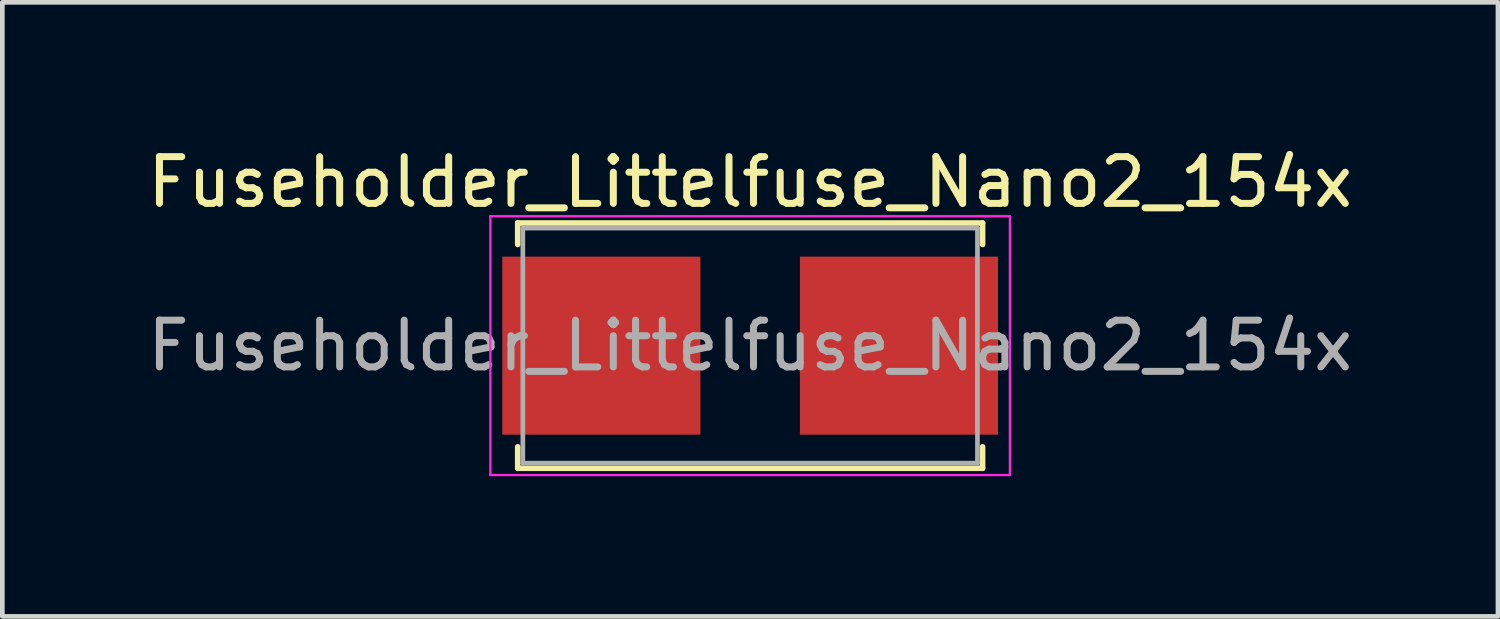
<source format=kicad_pcb>
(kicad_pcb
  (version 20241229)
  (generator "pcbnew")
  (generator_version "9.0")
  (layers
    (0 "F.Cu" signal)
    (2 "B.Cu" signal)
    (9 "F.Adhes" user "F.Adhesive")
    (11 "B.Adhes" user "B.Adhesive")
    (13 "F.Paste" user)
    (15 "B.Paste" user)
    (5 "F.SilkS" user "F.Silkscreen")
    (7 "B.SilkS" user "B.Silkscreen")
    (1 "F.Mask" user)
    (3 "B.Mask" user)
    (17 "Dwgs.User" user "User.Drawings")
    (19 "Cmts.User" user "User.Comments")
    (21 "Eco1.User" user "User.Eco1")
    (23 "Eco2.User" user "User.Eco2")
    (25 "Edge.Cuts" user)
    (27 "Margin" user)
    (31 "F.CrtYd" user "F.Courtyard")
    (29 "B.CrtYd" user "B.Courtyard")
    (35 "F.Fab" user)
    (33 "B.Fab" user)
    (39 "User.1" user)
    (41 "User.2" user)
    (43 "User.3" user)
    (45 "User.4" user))
  (footprint "Fuseholder_Littelfuse_Nano2_154x"
    (layer "F.Cu")
    (at 13.006 4.348)
    (property "Reference" "Fuseholder_Littelfuse_Nano2_154x" (at 0 -3.5 0) (unlocked yes) (layer "F.SilkS") (effects (font (size 1 1) (thickness 0.15))))
    (attr smd)
    (fp_line (start -4.975 -2.625) (end -4.975 -2.165) (stroke (width 0.12) (type solid)) (layer "F.SilkS"))
    (fp_line (start -4.975 -2.625) (end 4.975 -2.625) (stroke (width 0.12) (type solid)) (layer "F.SilkS"))
    (fp_line (start -4.975 2.165) (end -4.975 2.625) (stroke (width 0.12) (type solid)) (layer "F.SilkS"))
    (fp_line (start -4.975 2.625) (end 4.975 2.625) (stroke (width 0.12) (type solid)) (layer "F.SilkS"))
    (fp_line (start 4.975 -2.625) (end 4.975 -2.165) (stroke (width 0.12) (type solid)) (layer "F.SilkS"))
    (fp_line (start 4.975 2.625) (end 4.975 2.165) (stroke (width 0.12) (type solid)) (layer "F.SilkS"))
    (fp_line (start -5.56 -2.77) (end -5.56 2.77) (stroke (width 0.05) (type solid)) (layer "F.CrtYd"))
    (fp_line (start -5.56 -2.77) (end 5.56 -2.77) (stroke (width 0.05) (type solid)) (layer "F.CrtYd"))
    (fp_line (start -5.56 2.77) (end 5.56 2.77) (stroke (width 0.05) (type solid)) (layer "F.CrtYd"))
    (fp_line (start 5.56 -2.77) (end 5.56 2.77) (stroke (width 0.05) (type solid)) (layer "F.CrtYd"))
    (fp_line (start -4.865 -2.515) (end -4.865 2.515) (stroke (width 0.1) (type solid)) (layer "F.Fab"))
    (fp_line (start -4.865 -2.515) (end 4.865 -2.515) (stroke (width 0.1) (type solid)) (layer "F.Fab"))
    (fp_line (start -4.865 2.515) (end 4.865 2.515) (stroke (width 0.1) (type solid)) (layer "F.Fab"))
    (fp_line (start 4.865 2.515) (end 4.865 -2.515) (stroke (width 0.1) (type solid)) (layer "F.Fab"))
    (fp_text user "${REFERENCE}" (at 0 0 0) (layer "F.Fab") (effects (font (size 1 1) (thickness 0.15))))
    (pad "1" smd rect (at -3.185 0) (size 4.24 3.81) (layers "F.Cu" "F.Mask" "F.Paste"))
    (pad "2" smd rect (at 3.185 0) (size 4.24 3.81) (layers "F.Cu" "F.Mask" "F.Paste")))
  (gr_rect
    (start -3 -3)
    (end 29.012 10.143)
    (stroke (width 0.1) (type default))
    (fill no)
    (layer "Edge.Cuts")))
</source>
